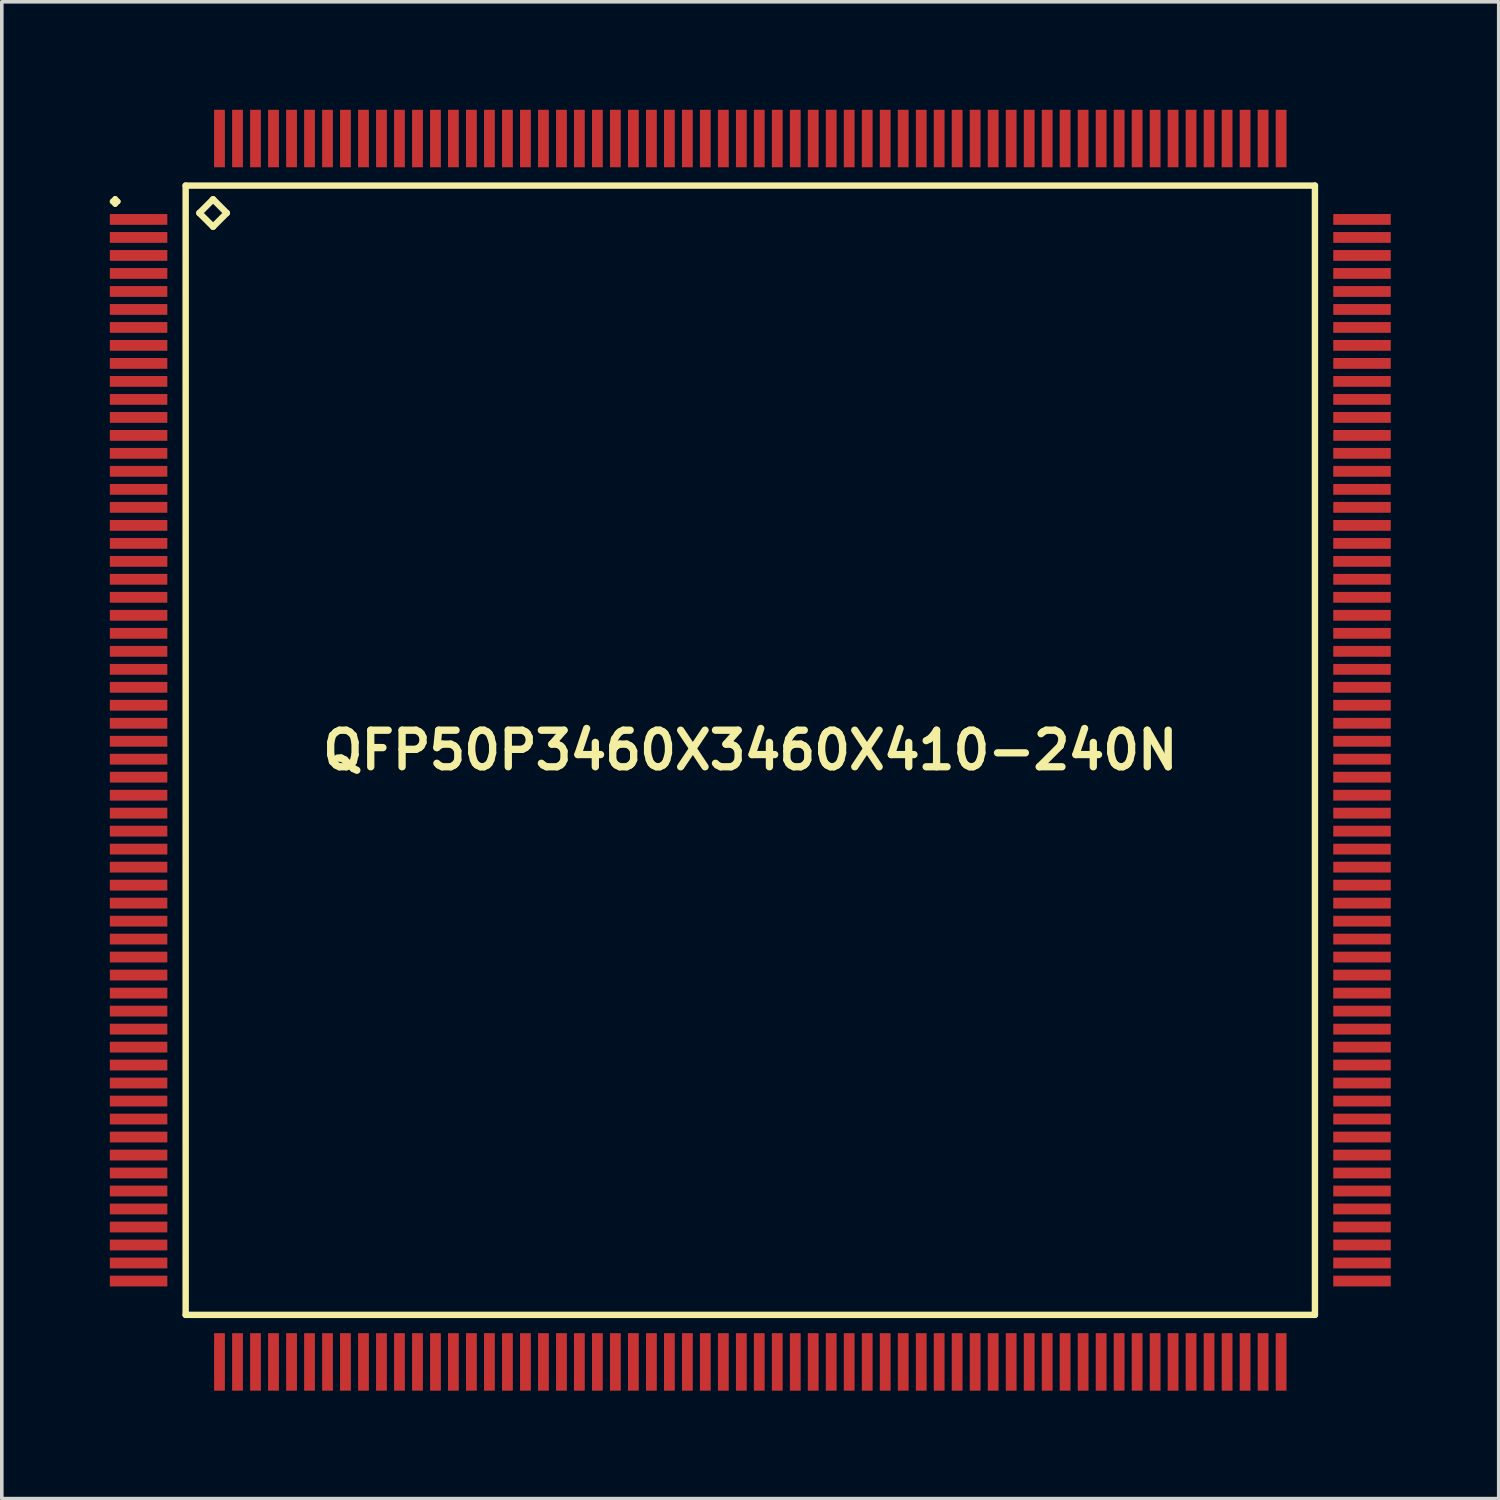
<source format=kicad_pcb>
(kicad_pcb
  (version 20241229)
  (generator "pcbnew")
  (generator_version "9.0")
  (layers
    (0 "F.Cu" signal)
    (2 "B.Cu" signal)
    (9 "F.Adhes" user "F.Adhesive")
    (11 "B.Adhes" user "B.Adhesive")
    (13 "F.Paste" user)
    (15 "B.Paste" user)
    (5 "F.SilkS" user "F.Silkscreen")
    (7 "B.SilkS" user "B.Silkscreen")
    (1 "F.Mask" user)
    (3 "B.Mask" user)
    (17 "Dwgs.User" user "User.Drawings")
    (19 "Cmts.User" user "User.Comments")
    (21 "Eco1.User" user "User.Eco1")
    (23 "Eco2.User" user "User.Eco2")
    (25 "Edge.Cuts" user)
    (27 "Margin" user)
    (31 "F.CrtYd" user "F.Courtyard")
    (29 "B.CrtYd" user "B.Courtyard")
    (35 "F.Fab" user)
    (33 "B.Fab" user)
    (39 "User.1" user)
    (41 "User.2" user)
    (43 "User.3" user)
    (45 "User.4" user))
  (footprint "QFP50P3460X3460X410-240N"
    (layer "F.Cu")
    (at 17.799 17.797)
    (property "Reference" "QFP50P3460X3460X410-240N" (at 0 0 0) (layer "F.SilkS") (effects (font (size 1.016 1.016) (thickness 0.203))))
    (attr smd)
    (fp_line (start -17.724 -15.248) (end -17.648 -15.324) (stroke (width 0.15) (type solid)) (layer "F.SilkS"))
    (fp_line (start -17.648 -15.324) (end -17.574 -15.248) (stroke (width 0.15) (type solid)) (layer "F.SilkS"))
    (fp_line (start -17.648 -15.174) (end -17.724 -15.248) (stroke (width 0.15) (type solid)) (layer "F.SilkS"))
    (fp_line (start -17.574 -15.248) (end -17.648 -15.174) (stroke (width 0.15) (type solid)) (layer "F.SilkS"))
    (fp_line (start -15.69 -15.69) (end -15.69 15.69) (stroke (width 0.178) (type solid)) (layer "F.SilkS"))
    (fp_line (start -15.69 15.69) (end 15.69 15.69) (stroke (width 0.178) (type solid)) (layer "F.SilkS"))
    (fp_line (start -15.309 -14.928) (end -14.928 -15.309) (stroke (width 0.178) (type solid)) (layer "F.SilkS"))
    (fp_line (start -14.928 -15.309) (end -14.547 -14.928) (stroke (width 0.178) (type solid)) (layer "F.SilkS"))
    (fp_line (start -14.928 -14.547) (end -15.309 -14.928) (stroke (width 0.178) (type solid)) (layer "F.SilkS"))
    (fp_line (start -14.547 -14.928) (end -14.928 -14.547) (stroke (width 0.178) (type solid)) (layer "F.SilkS"))
    (fp_line (start 15.69 -15.69) (end -15.69 -15.69) (stroke (width 0.178) (type solid)) (layer "F.SilkS"))
    (fp_line (start 15.69 15.69) (end 15.69 -15.69) (stroke (width 0.178) (type solid)) (layer "F.SilkS"))
    (pad "1" smd rect (at -16.998 -14.75) (size 1.598 0.3) (layers "F.Cu" "F.Mask" "F.Paste"))
    (pad "2" smd rect (at -16.998 -14.249) (size 1.598 0.3) (layers "F.Cu" "F.Mask" "F.Paste"))
    (pad "3" smd rect (at -16.998 -13.749) (size 1.598 0.3) (layers "F.Cu" "F.Mask" "F.Paste"))
    (pad "4" smd rect (at -16.998 -13.249) (size 1.598 0.3) (layers "F.Cu" "F.Mask" "F.Paste"))
    (pad "5" smd rect (at -16.998 -12.748) (size 1.598 0.3) (layers "F.Cu" "F.Mask" "F.Paste"))
    (pad "6" smd rect (at -16.998 -12.248) (size 1.598 0.3) (layers "F.Cu" "F.Mask" "F.Paste"))
    (pad "7" smd rect (at -16.998 -11.748) (size 1.598 0.3) (layers "F.Cu" "F.Mask" "F.Paste"))
    (pad "8" smd rect (at -16.998 -11.25) (size 1.598 0.3) (layers "F.Cu" "F.Mask" "F.Paste"))
    (pad "9" smd rect (at -16.998 -10.749) (size 1.598 0.3) (layers "F.Cu" "F.Mask" "F.Paste"))
    (pad "10" smd rect (at -16.998 -10.249) (size 1.598 0.3) (layers "F.Cu" "F.Mask" "F.Paste"))
    (pad "11" smd rect (at -16.998 -9.749) (size 1.598 0.3) (layers "F.Cu" "F.Mask" "F.Paste"))
    (pad "12" smd rect (at -16.998 -9.248) (size 1.598 0.3) (layers "F.Cu" "F.Mask" "F.Paste"))
    (pad "13" smd rect (at -16.998 -8.748) (size 1.598 0.3) (layers "F.Cu" "F.Mask" "F.Paste"))
    (pad "14" smd rect (at -16.998 -8.25) (size 1.598 0.3) (layers "F.Cu" "F.Mask" "F.Paste"))
    (pad "15" smd rect (at -16.998 -7.75) (size 1.598 0.3) (layers "F.Cu" "F.Mask" "F.Paste"))
    (pad "16" smd rect (at -16.998 -7.249) (size 1.598 0.3) (layers "F.Cu" "F.Mask" "F.Paste"))
    (pad "17" smd rect (at -16.998 -6.749) (size 1.598 0.3) (layers "F.Cu" "F.Mask" "F.Paste"))
    (pad "18" smd rect (at -16.998 -6.248) (size 1.598 0.3) (layers "F.Cu" "F.Mask" "F.Paste"))
    (pad "19" smd rect (at -16.998 -5.748) (size 1.598 0.3) (layers "F.Cu" "F.Mask" "F.Paste"))
    (pad "20" smd rect (at -16.998 -5.248) (size 1.598 0.3) (layers "F.Cu" "F.Mask" "F.Paste"))
    (pad "21" smd rect (at -16.998 -4.75) (size 1.598 0.3) (layers "F.Cu" "F.Mask" "F.Paste"))
    (pad "22" smd rect (at -16.998 -4.249) (size 1.598 0.3) (layers "F.Cu" "F.Mask" "F.Paste"))
    (pad "23" smd rect (at -16.998 -3.749) (size 1.598 0.3) (layers "F.Cu" "F.Mask" "F.Paste"))
    (pad "24" smd rect (at -16.998 -3.249) (size 1.598 0.3) (layers "F.Cu" "F.Mask" "F.Paste"))
    (pad "25" smd rect (at -16.998 -2.748) (size 1.598 0.3) (layers "F.Cu" "F.Mask" "F.Paste"))
    (pad "26" smd rect (at -16.998 -2.248) (size 1.598 0.3) (layers "F.Cu" "F.Mask" "F.Paste"))
    (pad "27" smd rect (at -16.998 -1.748) (size 1.598 0.3) (layers "F.Cu" "F.Mask" "F.Paste"))
    (pad "28" smd rect (at -16.998 -1.25) (size 1.598 0.3) (layers "F.Cu" "F.Mask" "F.Paste"))
    (pad "29" smd rect (at -16.998 -0.749) (size 1.598 0.3) (layers "F.Cu" "F.Mask" "F.Paste"))
    (pad "30" smd rect (at -16.998 -0.249) (size 1.598 0.3) (layers "F.Cu" "F.Mask" "F.Paste"))
    (pad "31" smd rect (at -16.998 0.249) (size 1.598 0.3) (layers "F.Cu" "F.Mask" "F.Paste"))
    (pad "32" smd rect (at -16.998 0.749) (size 1.598 0.3) (layers "F.Cu" "F.Mask" "F.Paste"))
    (pad "33" smd rect (at -16.998 1.25) (size 1.598 0.3) (layers "F.Cu" "F.Mask" "F.Paste"))
    (pad "34" smd rect (at -16.998 1.748) (size 1.598 0.3) (layers "F.Cu" "F.Mask" "F.Paste"))
    (pad "35" smd rect (at -16.998 2.248) (size 1.598 0.3) (layers "F.Cu" "F.Mask" "F.Paste"))
    (pad "36" smd rect (at -16.998 2.748) (size 1.598 0.3) (layers "F.Cu" "F.Mask" "F.Paste"))
    (pad "37" smd rect (at -16.998 3.249) (size 1.598 0.3) (layers "F.Cu" "F.Mask" "F.Paste"))
    (pad "38" smd rect (at -16.998 3.749) (size 1.598 0.3) (layers "F.Cu" "F.Mask" "F.Paste"))
    (pad "39" smd rect (at -16.998 4.249) (size 1.598 0.3) (layers "F.Cu" "F.Mask" "F.Paste"))
    (pad "40" smd rect (at -16.998 4.75) (size 1.598 0.3) (layers "F.Cu" "F.Mask" "F.Paste"))
    (pad "41" smd rect (at -16.998 5.248) (size 1.598 0.3) (layers "F.Cu" "F.Mask" "F.Paste"))
    (pad "42" smd rect (at -16.998 5.748) (size 1.598 0.3) (layers "F.Cu" "F.Mask" "F.Paste"))
    (pad "43" smd rect (at -16.998 6.248) (size 1.598 0.3) (layers "F.Cu" "F.Mask" "F.Paste"))
    (pad "44" smd rect (at -16.998 6.749) (size 1.598 0.3) (layers "F.Cu" "F.Mask" "F.Paste"))
    (pad "45" smd rect (at -16.998 7.249) (size 1.598 0.3) (layers "F.Cu" "F.Mask" "F.Paste"))
    (pad "46" smd rect (at -16.998 7.75) (size 1.598 0.3) (layers "F.Cu" "F.Mask" "F.Paste"))
    (pad "47" smd rect (at -16.998 8.25) (size 1.598 0.3) (layers "F.Cu" "F.Mask" "F.Paste"))
    (pad "48" smd rect (at -16.998 8.748) (size 1.598 0.3) (layers "F.Cu" "F.Mask" "F.Paste"))
    (pad "49" smd rect (at -16.998 9.248) (size 1.598 0.3) (layers "F.Cu" "F.Mask" "F.Paste"))
    (pad "50" smd rect (at -16.998 9.749) (size 1.598 0.3) (layers "F.Cu" "F.Mask" "F.Paste"))
    (pad "51" smd rect (at -16.998 10.249) (size 1.598 0.3) (layers "F.Cu" "F.Mask" "F.Paste"))
    (pad "52" smd rect (at -16.998 10.749) (size 1.598 0.3) (layers "F.Cu" "F.Mask" "F.Paste"))
    (pad "53" smd rect (at -16.998 11.25) (size 1.598 0.3) (layers "F.Cu" "F.Mask" "F.Paste"))
    (pad "54" smd rect (at -16.998 11.748) (size 1.598 0.3) (layers "F.Cu" "F.Mask" "F.Paste"))
    (pad "55" smd rect (at -16.998 12.248) (size 1.598 0.3) (layers "F.Cu" "F.Mask" "F.Paste"))
    (pad "56" smd rect (at -16.998 12.748) (size 1.598 0.3) (layers "F.Cu" "F.Mask" "F.Paste"))
    (pad "57" smd rect (at -16.998 13.249) (size 1.598 0.3) (layers "F.Cu" "F.Mask" "F.Paste"))
    (pad "58" smd rect (at -16.998 13.749) (size 1.598 0.3) (layers "F.Cu" "F.Mask" "F.Paste"))
    (pad "59" smd rect (at -16.998 14.249) (size 1.598 0.3) (layers "F.Cu" "F.Mask" "F.Paste"))
    (pad "60" smd rect (at -16.998 14.75) (size 1.598 0.3) (layers "F.Cu" "F.Mask" "F.Paste"))
    (pad "61" smd rect (at -14.75 16.998) (size 0.3 1.598) (layers "F.Cu" "F.Mask" "F.Paste"))
    (pad "62" smd rect (at -14.249 16.998) (size 0.3 1.598) (layers "F.Cu" "F.Mask" "F.Paste"))
    (pad "63" smd rect (at -13.749 16.998) (size 0.3 1.598) (layers "F.Cu" "F.Mask" "F.Paste"))
    (pad "64" smd rect (at -13.249 16.998) (size 0.3 1.598) (layers "F.Cu" "F.Mask" "F.Paste"))
    (pad "65" smd rect (at -12.748 16.998) (size 0.3 1.598) (layers "F.Cu" "F.Mask" "F.Paste"))
    (pad "66" smd rect (at -12.248 16.998) (size 0.3 1.598) (layers "F.Cu" "F.Mask" "F.Paste"))
    (pad "67" smd rect (at -11.748 16.998) (size 0.3 1.598) (layers "F.Cu" "F.Mask" "F.Paste"))
    (pad "68" smd rect (at -11.25 16.998) (size 0.3 1.598) (layers "F.Cu" "F.Mask" "F.Paste"))
    (pad "69" smd rect (at -10.749 16.998) (size 0.3 1.598) (layers "F.Cu" "F.Mask" "F.Paste"))
    (pad "70" smd rect (at -10.249 16.998) (size 0.3 1.598) (layers "F.Cu" "F.Mask" "F.Paste"))
    (pad "71" smd rect (at -9.749 16.998) (size 0.3 1.598) (layers "F.Cu" "F.Mask" "F.Paste"))
    (pad "72" smd rect (at -9.248 16.998) (size 0.3 1.598) (layers "F.Cu" "F.Mask" "F.Paste"))
    (pad "73" smd rect (at -8.748 16.998) (size 0.3 1.598) (layers "F.Cu" "F.Mask" "F.Paste"))
    (pad "74" smd rect (at -8.25 16.998) (size 0.3 1.598) (layers "F.Cu" "F.Mask" "F.Paste"))
    (pad "75" smd rect (at -7.75 16.998) (size 0.3 1.598) (layers "F.Cu" "F.Mask" "F.Paste"))
    (pad "76" smd rect (at -7.249 16.998) (size 0.3 1.598) (layers "F.Cu" "F.Mask" "F.Paste"))
    (pad "77" smd rect (at -6.749 16.998) (size 0.3 1.598) (layers "F.Cu" "F.Mask" "F.Paste"))
    (pad "78" smd rect (at -6.248 16.998) (size 0.3 1.598) (layers "F.Cu" "F.Mask" "F.Paste"))
    (pad "79" smd rect (at -5.748 16.998) (size 0.3 1.598) (layers "F.Cu" "F.Mask" "F.Paste"))
    (pad "80" smd rect (at -5.248 16.998) (size 0.3 1.598) (layers "F.Cu" "F.Mask" "F.Paste"))
    (pad "81" smd rect (at -4.75 16.998) (size 0.3 1.598) (layers "F.Cu" "F.Mask" "F.Paste"))
    (pad "82" smd rect (at -4.249 16.998) (size 0.3 1.598) (layers "F.Cu" "F.Mask" "F.Paste"))
    (pad "83" smd rect (at -3.749 16.998) (size 0.3 1.598) (layers "F.Cu" "F.Mask" "F.Paste"))
    (pad "84" smd rect (at -3.249 16.998) (size 0.3 1.598) (layers "F.Cu" "F.Mask" "F.Paste"))
    (pad "85" smd rect (at -2.748 16.998) (size 0.3 1.598) (layers "F.Cu" "F.Mask" "F.Paste"))
    (pad "86" smd rect (at -2.248 16.998) (size 0.3 1.598) (layers "F.Cu" "F.Mask" "F.Paste"))
    (pad "87" smd rect (at -1.748 16.998) (size 0.3 1.598) (layers "F.Cu" "F.Mask" "F.Paste"))
    (pad "88" smd rect (at -1.25 16.998) (size 0.3 1.598) (layers "F.Cu" "F.Mask" "F.Paste"))
    (pad "89" smd rect (at -0.749 16.998) (size 0.3 1.598) (layers "F.Cu" "F.Mask" "F.Paste"))
    (pad "90" smd rect (at -0.249 16.998) (size 0.3 1.598) (layers "F.Cu" "F.Mask" "F.Paste"))
    (pad "91" smd rect (at 0.249 16.998) (size 0.3 1.598) (layers "F.Cu" "F.Mask" "F.Paste"))
    (pad "92" smd rect (at 0.749 16.998) (size 0.3 1.598) (layers "F.Cu" "F.Mask" "F.Paste"))
    (pad "93" smd rect (at 1.25 16.998) (size 0.3 1.598) (layers "F.Cu" "F.Mask" "F.Paste"))
    (pad "94" smd rect (at 1.748 16.998) (size 0.3 1.598) (layers "F.Cu" "F.Mask" "F.Paste"))
    (pad "95" smd rect (at 2.248 16.998) (size 0.3 1.598) (layers "F.Cu" "F.Mask" "F.Paste"))
    (pad "96" smd rect (at 2.748 16.998) (size 0.3 1.598) (layers "F.Cu" "F.Mask" "F.Paste"))
    (pad "97" smd rect (at 3.249 16.998) (size 0.3 1.598) (layers "F.Cu" "F.Mask" "F.Paste"))
    (pad "98" smd rect (at 3.749 16.998) (size 0.3 1.598) (layers "F.Cu" "F.Mask" "F.Paste"))
    (pad "99" smd rect (at 4.249 16.998) (size 0.3 1.598) (layers "F.Cu" "F.Mask" "F.Paste"))
    (pad "100" smd rect (at 4.75 16.998) (size 0.3 1.598) (layers "F.Cu" "F.Mask" "F.Paste"))
    (pad "101" smd rect (at 5.248 16.998) (size 0.3 1.598) (layers "F.Cu" "F.Mask" "F.Paste"))
    (pad "102" smd rect (at 5.748 16.998) (size 0.3 1.598) (layers "F.Cu" "F.Mask" "F.Paste"))
    (pad "103" smd rect (at 6.248 16.998) (size 0.3 1.598) (layers "F.Cu" "F.Mask" "F.Paste"))
    (pad "104" smd rect (at 6.749 16.998) (size 0.3 1.598) (layers "F.Cu" "F.Mask" "F.Paste"))
    (pad "105" smd rect (at 7.249 16.998) (size 0.3 1.598) (layers "F.Cu" "F.Mask" "F.Paste"))
    (pad "106" smd rect (at 7.75 16.998) (size 0.3 1.598) (layers "F.Cu" "F.Mask" "F.Paste"))
    (pad "107" smd rect (at 8.25 16.998) (size 0.3 1.598) (layers "F.Cu" "F.Mask" "F.Paste"))
    (pad "108" smd rect (at 8.748 16.998) (size 0.3 1.598) (layers "F.Cu" "F.Mask" "F.Paste"))
    (pad "109" smd rect (at 9.248 16.998) (size 0.3 1.598) (layers "F.Cu" "F.Mask" "F.Paste"))
    (pad "110" smd rect (at 9.749 16.998) (size 0.3 1.598) (layers "F.Cu" "F.Mask" "F.Paste"))
    (pad "111" smd rect (at 10.249 16.998) (size 0.3 1.598) (layers "F.Cu" "F.Mask" "F.Paste"))
    (pad "112" smd rect (at 10.749 16.998) (size 0.3 1.598) (layers "F.Cu" "F.Mask" "F.Paste"))
    (pad "113" smd rect (at 11.25 16.998) (size 0.3 1.598) (layers "F.Cu" "F.Mask" "F.Paste"))
    (pad "114" smd rect (at 11.748 16.998) (size 0.3 1.598) (layers "F.Cu" "F.Mask" "F.Paste"))
    (pad "115" smd rect (at 12.248 16.998) (size 0.3 1.598) (layers "F.Cu" "F.Mask" "F.Paste"))
    (pad "116" smd rect (at 12.748 16.998) (size 0.3 1.598) (layers "F.Cu" "F.Mask" "F.Paste"))
    (pad "117" smd rect (at 13.249 16.998) (size 0.3 1.598) (layers "F.Cu" "F.Mask" "F.Paste"))
    (pad "118" smd rect (at 13.749 16.998) (size 0.3 1.598) (layers "F.Cu" "F.Mask" "F.Paste"))
    (pad "119" smd rect (at 14.249 16.998) (size 0.3 1.598) (layers "F.Cu" "F.Mask" "F.Paste"))
    (pad "120" smd rect (at 14.75 16.998) (size 0.3 1.598) (layers "F.Cu" "F.Mask" "F.Paste"))
    (pad "121" smd rect (at 16.998 14.75) (size 1.598 0.3) (layers "F.Cu" "F.Mask" "F.Paste"))
    (pad "122" smd rect (at 16.998 14.249) (size 1.598 0.3) (layers "F.Cu" "F.Mask" "F.Paste"))
    (pad "123" smd rect (at 16.998 13.749) (size 1.598 0.3) (layers "F.Cu" "F.Mask" "F.Paste"))
    (pad "124" smd rect (at 16.998 13.249) (size 1.598 0.3) (layers "F.Cu" "F.Mask" "F.Paste"))
    (pad "125" smd rect (at 16.998 12.748) (size 1.598 0.3) (layers "F.Cu" "F.Mask" "F.Paste"))
    (pad "126" smd rect (at 16.998 12.248) (size 1.598 0.3) (layers "F.Cu" "F.Mask" "F.Paste"))
    (pad "127" smd rect (at 16.998 11.748) (size 1.598 0.3) (layers "F.Cu" "F.Mask" "F.Paste"))
    (pad "128" smd rect (at 16.998 11.25) (size 1.598 0.3) (layers "F.Cu" "F.Mask" "F.Paste"))
    (pad "129" smd rect (at 16.998 10.749) (size 1.598 0.3) (layers "F.Cu" "F.Mask" "F.Paste"))
    (pad "130" smd rect (at 16.998 10.249) (size 1.598 0.3) (layers "F.Cu" "F.Mask" "F.Paste"))
    (pad "131" smd rect (at 16.998 9.749) (size 1.598 0.3) (layers "F.Cu" "F.Mask" "F.Paste"))
    (pad "132" smd rect (at 16.998 9.248) (size 1.598 0.3) (layers "F.Cu" "F.Mask" "F.Paste"))
    (pad "133" smd rect (at 16.998 8.748) (size 1.598 0.3) (layers "F.Cu" "F.Mask" "F.Paste"))
    (pad "134" smd rect (at 16.998 8.25) (size 1.598 0.3) (layers "F.Cu" "F.Mask" "F.Paste"))
    (pad "135" smd rect (at 16.998 7.75) (size 1.598 0.3) (layers "F.Cu" "F.Mask" "F.Paste"))
    (pad "136" smd rect (at 16.998 7.249) (size 1.598 0.3) (layers "F.Cu" "F.Mask" "F.Paste"))
    (pad "137" smd rect (at 16.998 6.749) (size 1.598 0.3) (layers "F.Cu" "F.Mask" "F.Paste"))
    (pad "138" smd rect (at 16.998 6.248) (size 1.598 0.3) (layers "F.Cu" "F.Mask" "F.Paste"))
    (pad "139" smd rect (at 16.998 5.748) (size 1.598 0.3) (layers "F.Cu" "F.Mask" "F.Paste"))
    (pad "140" smd rect (at 16.998 5.248) (size 1.598 0.3) (layers "F.Cu" "F.Mask" "F.Paste"))
    (pad "141" smd rect (at 16.998 4.75) (size 1.598 0.3) (layers "F.Cu" "F.Mask" "F.Paste"))
    (pad "142" smd rect (at 16.998 4.249) (size 1.598 0.3) (layers "F.Cu" "F.Mask" "F.Paste"))
    (pad "143" smd rect (at 16.998 3.749) (size 1.598 0.3) (layers "F.Cu" "F.Mask" "F.Paste"))
    (pad "144" smd rect (at 16.998 3.249) (size 1.598 0.3) (layers "F.Cu" "F.Mask" "F.Paste"))
    (pad "145" smd rect (at 16.998 2.748) (size 1.598 0.3) (layers "F.Cu" "F.Mask" "F.Paste"))
    (pad "146" smd rect (at 16.998 2.248) (size 1.598 0.3) (layers "F.Cu" "F.Mask" "F.Paste"))
    (pad "147" smd rect (at 16.998 1.748) (size 1.598 0.3) (layers "F.Cu" "F.Mask" "F.Paste"))
    (pad "148" smd rect (at 16.998 1.25) (size 1.598 0.3) (layers "F.Cu" "F.Mask" "F.Paste"))
    (pad "149" smd rect (at 16.998 0.749) (size 1.598 0.3) (layers "F.Cu" "F.Mask" "F.Paste"))
    (pad "150" smd rect (at 16.998 0.249) (size 1.598 0.3) (layers "F.Cu" "F.Mask" "F.Paste"))
    (pad "151" smd rect (at 16.998 -0.249) (size 1.598 0.3) (layers "F.Cu" "F.Mask" "F.Paste"))
    (pad "152" smd rect (at 16.998 -0.749) (size 1.598 0.3) (layers "F.Cu" "F.Mask" "F.Paste"))
    (pad "153" smd rect (at 16.998 -1.25) (size 1.598 0.3) (layers "F.Cu" "F.Mask" "F.Paste"))
    (pad "154" smd rect (at 16.998 -1.748) (size 1.598 0.3) (layers "F.Cu" "F.Mask" "F.Paste"))
    (pad "155" smd rect (at 16.998 -2.248) (size 1.598 0.3) (layers "F.Cu" "F.Mask" "F.Paste"))
    (pad "156" smd rect (at 16.998 -2.748) (size 1.598 0.3) (layers "F.Cu" "F.Mask" "F.Paste"))
    (pad "157" smd rect (at 16.998 -3.249) (size 1.598 0.3) (layers "F.Cu" "F.Mask" "F.Paste"))
    (pad "158" smd rect (at 16.998 -3.749) (size 1.598 0.3) (layers "F.Cu" "F.Mask" "F.Paste"))
    (pad "159" smd rect (at 16.998 -4.249) (size 1.598 0.3) (layers "F.Cu" "F.Mask" "F.Paste"))
    (pad "160" smd rect (at 16.998 -4.75) (size 1.598 0.3) (layers "F.Cu" "F.Mask" "F.Paste"))
    (pad "161" smd rect (at 16.998 -5.248) (size 1.598 0.3) (layers "F.Cu" "F.Mask" "F.Paste"))
    (pad "162" smd rect (at 16.998 -5.748) (size 1.598 0.3) (layers "F.Cu" "F.Mask" "F.Paste"))
    (pad "163" smd rect (at 16.998 -6.248) (size 1.598 0.3) (layers "F.Cu" "F.Mask" "F.Paste"))
    (pad "164" smd rect (at 16.998 -6.749) (size 1.598 0.3) (layers "F.Cu" "F.Mask" "F.Paste"))
    (pad "165" smd rect (at 16.998 -7.249) (size 1.598 0.3) (layers "F.Cu" "F.Mask" "F.Paste"))
    (pad "166" smd rect (at 16.998 -7.75) (size 1.598 0.3) (layers "F.Cu" "F.Mask" "F.Paste"))
    (pad "167" smd rect (at 16.998 -8.25) (size 1.598 0.3) (layers "F.Cu" "F.Mask" "F.Paste"))
    (pad "168" smd rect (at 16.998 -8.748) (size 1.598 0.3) (layers "F.Cu" "F.Mask" "F.Paste"))
    (pad "169" smd rect (at 16.998 -9.248) (size 1.598 0.3) (layers "F.Cu" "F.Mask" "F.Paste"))
    (pad "170" smd rect (at 16.998 -9.749) (size 1.598 0.3) (layers "F.Cu" "F.Mask" "F.Paste"))
    (pad "171" smd rect (at 16.998 -10.249) (size 1.598 0.3) (layers "F.Cu" "F.Mask" "F.Paste"))
    (pad "172" smd rect (at 16.998 -10.749) (size 1.598 0.3) (layers "F.Cu" "F.Mask" "F.Paste"))
    (pad "173" smd rect (at 16.998 -11.25) (size 1.598 0.3) (layers "F.Cu" "F.Mask" "F.Paste"))
    (pad "174" smd rect (at 16.998 -11.748) (size 1.598 0.3) (layers "F.Cu" "F.Mask" "F.Paste"))
    (pad "175" smd rect (at 16.998 -12.248) (size 1.598 0.3) (layers "F.Cu" "F.Mask" "F.Paste"))
    (pad "176" smd rect (at 16.998 -12.748) (size 1.598 0.3) (layers "F.Cu" "F.Mask" "F.Paste"))
    (pad "177" smd rect (at 16.998 -13.249) (size 1.598 0.3) (layers "F.Cu" "F.Mask" "F.Paste"))
    (pad "178" smd rect (at 16.998 -13.749) (size 1.598 0.3) (layers "F.Cu" "F.Mask" "F.Paste"))
    (pad "179" smd rect (at 16.998 -14.249) (size 1.598 0.3) (layers "F.Cu" "F.Mask" "F.Paste"))
    (pad "180" smd rect (at 16.998 -14.75) (size 1.598 0.3) (layers "F.Cu" "F.Mask" "F.Paste"))
    (pad "181" smd rect (at 14.75 -16.998) (size 0.3 1.598) (layers "F.Cu" "F.Mask" "F.Paste"))
    (pad "182" smd rect (at 14.249 -16.998) (size 0.3 1.598) (layers "F.Cu" "F.Mask" "F.Paste"))
    (pad "183" smd rect (at 13.749 -16.998) (size 0.3 1.598) (layers "F.Cu" "F.Mask" "F.Paste"))
    (pad "184" smd rect (at 13.249 -16.998) (size 0.3 1.598) (layers "F.Cu" "F.Mask" "F.Paste"))
    (pad "185" smd rect (at 12.748 -16.998) (size 0.3 1.598) (layers "F.Cu" "F.Mask" "F.Paste"))
    (pad "186" smd rect (at 12.248 -16.998) (size 0.3 1.598) (layers "F.Cu" "F.Mask" "F.Paste"))
    (pad "187" smd rect (at 11.748 -16.998) (size 0.3 1.598) (layers "F.Cu" "F.Mask" "F.Paste"))
    (pad "188" smd rect (at 11.25 -16.998) (size 0.3 1.598) (layers "F.Cu" "F.Mask" "F.Paste"))
    (pad "189" smd rect (at 10.749 -16.998) (size 0.3 1.598) (layers "F.Cu" "F.Mask" "F.Paste"))
    (pad "190" smd rect (at 10.249 -16.998) (size 0.3 1.598) (layers "F.Cu" "F.Mask" "F.Paste"))
    (pad "191" smd rect (at 9.749 -16.998) (size 0.3 1.598) (layers "F.Cu" "F.Mask" "F.Paste"))
    (pad "192" smd rect (at 9.248 -16.998) (size 0.3 1.598) (layers "F.Cu" "F.Mask" "F.Paste"))
    (pad "193" smd rect (at 8.748 -16.998) (size 0.3 1.598) (layers "F.Cu" "F.Mask" "F.Paste"))
    (pad "194" smd rect (at 8.25 -16.998) (size 0.3 1.598) (layers "F.Cu" "F.Mask" "F.Paste"))
    (pad "195" smd rect (at 7.75 -16.998) (size 0.3 1.598) (layers "F.Cu" "F.Mask" "F.Paste"))
    (pad "196" smd rect (at 7.249 -16.998) (size 0.3 1.598) (layers "F.Cu" "F.Mask" "F.Paste"))
    (pad "197" smd rect (at 6.749 -16.998) (size 0.3 1.598) (layers "F.Cu" "F.Mask" "F.Paste"))
    (pad "198" smd rect (at 6.248 -16.998) (size 0.3 1.598) (layers "F.Cu" "F.Mask" "F.Paste"))
    (pad "199" smd rect (at 5.748 -16.998) (size 0.3 1.598) (layers "F.Cu" "F.Mask" "F.Paste"))
    (pad "200" smd rect (at 5.248 -16.998) (size 0.3 1.598) (layers "F.Cu" "F.Mask" "F.Paste"))
    (pad "201" smd rect (at 4.75 -16.998) (size 0.3 1.598) (layers "F.Cu" "F.Mask" "F.Paste"))
    (pad "202" smd rect (at 4.249 -16.998) (size 0.3 1.598) (layers "F.Cu" "F.Mask" "F.Paste"))
    (pad "203" smd rect (at 3.749 -16.998) (size 0.3 1.598) (layers "F.Cu" "F.Mask" "F.Paste"))
    (pad "204" smd rect (at 3.249 -16.998) (size 0.3 1.598) (layers "F.Cu" "F.Mask" "F.Paste"))
    (pad "205" smd rect (at 2.748 -16.998) (size 0.3 1.598) (layers "F.Cu" "F.Mask" "F.Paste"))
    (pad "206" smd rect (at 2.248 -16.998) (size 0.3 1.598) (layers "F.Cu" "F.Mask" "F.Paste"))
    (pad "207" smd rect (at 1.748 -16.998) (size 0.3 1.598) (layers "F.Cu" "F.Mask" "F.Paste"))
    (pad "208" smd rect (at 1.25 -16.998) (size 0.3 1.598) (layers "F.Cu" "F.Mask" "F.Paste"))
    (pad "209" smd rect (at 0.749 -16.998) (size 0.3 1.598) (layers "F.Cu" "F.Mask" "F.Paste"))
    (pad "210" smd rect (at 0.249 -16.998) (size 0.3 1.598) (layers "F.Cu" "F.Mask" "F.Paste"))
    (pad "211" smd rect (at -0.249 -16.998) (size 0.3 1.598) (layers "F.Cu" "F.Mask" "F.Paste"))
    (pad "212" smd rect (at -0.749 -16.998) (size 0.3 1.598) (layers "F.Cu" "F.Mask" "F.Paste"))
    (pad "213" smd rect (at -1.25 -16.998) (size 0.3 1.598) (layers "F.Cu" "F.Mask" "F.Paste"))
    (pad "214" smd rect (at -1.748 -16.998) (size 0.3 1.598) (layers "F.Cu" "F.Mask" "F.Paste"))
    (pad "215" smd rect (at -2.248 -16.998) (size 0.3 1.598) (layers "F.Cu" "F.Mask" "F.Paste"))
    (pad "216" smd rect (at -2.748 -16.998) (size 0.3 1.598) (layers "F.Cu" "F.Mask" "F.Paste"))
    (pad "217" smd rect (at -3.249 -16.998) (size 0.3 1.598) (layers "F.Cu" "F.Mask" "F.Paste"))
    (pad "218" smd rect (at -3.749 -16.998) (size 0.3 1.598) (layers "F.Cu" "F.Mask" "F.Paste"))
    (pad "219" smd rect (at -4.249 -16.998) (size 0.3 1.598) (layers "F.Cu" "F.Mask" "F.Paste"))
    (pad "220" smd rect (at -4.75 -16.998) (size 0.3 1.598) (layers "F.Cu" "F.Mask" "F.Paste"))
    (pad "221" smd rect (at -5.248 -16.998) (size 0.3 1.598) (layers "F.Cu" "F.Mask" "F.Paste"))
    (pad "222" smd rect (at -5.748 -16.998) (size 0.3 1.598) (layers "F.Cu" "F.Mask" "F.Paste"))
    (pad "223" smd rect (at -6.248 -16.998) (size 0.3 1.598) (layers "F.Cu" "F.Mask" "F.Paste"))
    (pad "224" smd rect (at -6.749 -16.998) (size 0.3 1.598) (layers "F.Cu" "F.Mask" "F.Paste"))
    (pad "225" smd rect (at -7.249 -16.998) (size 0.3 1.598) (layers "F.Cu" "F.Mask" "F.Paste"))
    (pad "226" smd rect (at -7.75 -16.998) (size 0.3 1.598) (layers "F.Cu" "F.Mask" "F.Paste"))
    (pad "227" smd rect (at -8.25 -16.998) (size 0.3 1.598) (layers "F.Cu" "F.Mask" "F.Paste"))
    (pad "228" smd rect (at -8.748 -16.998) (size 0.3 1.598) (layers "F.Cu" "F.Mask" "F.Paste"))
    (pad "229" smd rect (at -9.248 -16.998) (size 0.3 1.598) (layers "F.Cu" "F.Mask" "F.Paste"))
    (pad "230" smd rect (at -9.749 -16.998) (size 0.3 1.598) (layers "F.Cu" "F.Mask" "F.Paste"))
    (pad "231" smd rect (at -10.249 -16.998) (size 0.3 1.598) (layers "F.Cu" "F.Mask" "F.Paste"))
    (pad "232" smd rect (at -10.749 -16.998) (size 0.3 1.598) (layers "F.Cu" "F.Mask" "F.Paste"))
    (pad "233" smd rect (at -11.25 -16.998) (size 0.3 1.598) (layers "F.Cu" "F.Mask" "F.Paste"))
    (pad "234" smd rect (at -11.748 -16.998) (size 0.3 1.598) (layers "F.Cu" "F.Mask" "F.Paste"))
    (pad "235" smd rect (at -12.248 -16.998) (size 0.3 1.598) (layers "F.Cu" "F.Mask" "F.Paste"))
    (pad "236" smd rect (at -12.748 -16.998) (size 0.3 1.598) (layers "F.Cu" "F.Mask" "F.Paste"))
    (pad "237" smd rect (at -13.249 -16.998) (size 0.3 1.598) (layers "F.Cu" "F.Mask" "F.Paste"))
    (pad "238" smd rect (at -13.749 -16.998) (size 0.3 1.598) (layers "F.Cu" "F.Mask" "F.Paste"))
    (pad "239" smd rect (at -14.249 -16.998) (size 0.3 1.598) (layers "F.Cu" "F.Mask" "F.Paste"))
    (pad "240" smd rect (at -14.75 -16.998) (size 0.3 1.598) (layers "F.Cu" "F.Mask" "F.Paste")))
  (gr_rect
    (start -3 -3)
    (end 38.596 38.593)
    (stroke (width 0.1) (type default))
    (fill no)
    (layer "Edge.Cuts")))
</source>
